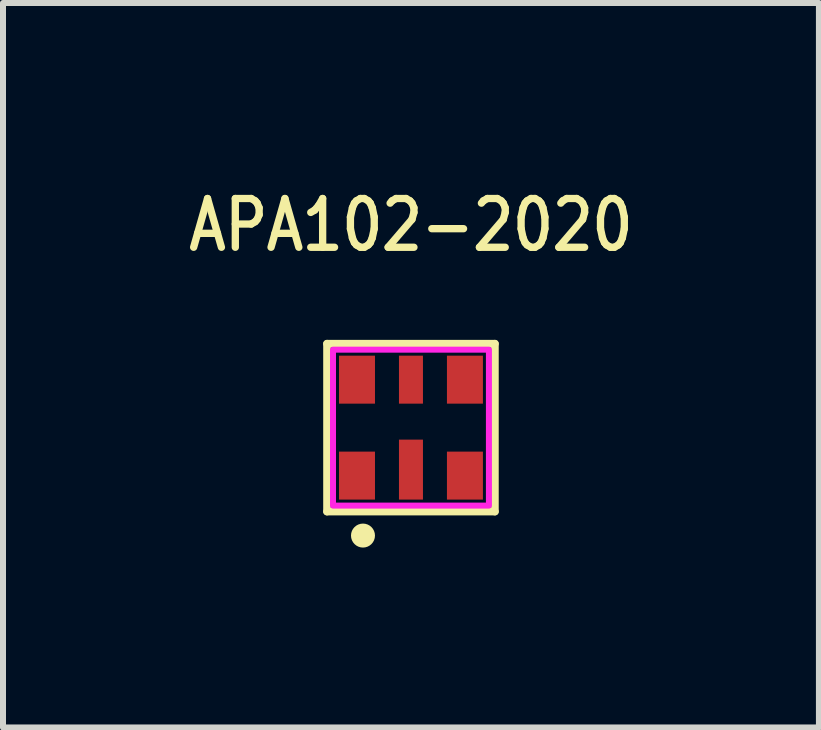
<source format=kicad_pcb>
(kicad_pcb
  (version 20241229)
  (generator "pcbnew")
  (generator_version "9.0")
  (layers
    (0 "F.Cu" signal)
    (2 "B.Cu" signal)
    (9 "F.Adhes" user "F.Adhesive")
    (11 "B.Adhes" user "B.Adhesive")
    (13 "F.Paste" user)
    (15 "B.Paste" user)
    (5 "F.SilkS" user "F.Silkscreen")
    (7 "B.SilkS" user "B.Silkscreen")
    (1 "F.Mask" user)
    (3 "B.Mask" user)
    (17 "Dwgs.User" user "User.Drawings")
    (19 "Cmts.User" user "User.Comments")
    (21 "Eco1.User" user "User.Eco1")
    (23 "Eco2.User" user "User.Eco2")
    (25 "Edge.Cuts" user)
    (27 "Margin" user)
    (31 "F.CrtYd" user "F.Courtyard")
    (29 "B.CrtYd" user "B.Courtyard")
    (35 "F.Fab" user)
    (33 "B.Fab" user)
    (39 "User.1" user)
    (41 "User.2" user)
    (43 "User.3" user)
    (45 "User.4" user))
  (footprint "APA102-2020"
    (layer "F.Cu")
    (at 3.803 4.081)
    (property "Reference" "APA102-2020" (at 0 -2.902 0) (unlocked yes) (layer "F.SilkS") (effects (font (size 0.813 0.695) (thickness 0.122)) (justify bottom)))
    (fp_line (start -1.4 -1.4) (end 1.4 -1.4) (stroke (width 0.127) (type solid)) (layer "F.SilkS"))
    (fp_line (start -1.4 1.4) (end -1.4 -1.4) (stroke (width 0.127) (type solid)) (layer "F.SilkS"))
    (fp_line (start 1.4 -1.4) (end 1.4 1.4) (stroke (width 0.127) (type solid)) (layer "F.SilkS"))
    (fp_line (start 1.4 1.4) (end -1.4 1.4) (stroke (width 0.127) (type solid)) (layer "F.SilkS"))
    (fp_circle (center -0.8 1.8) (end -0.6 1.8) (stroke (width 0) (type solid)) (fill yes) (layer "F.SilkS"))
    (fp_rect (start -0.95 -0.55) (end -0.65 -1.15) (stroke (width 0.01) (type solid)) (fill yes) (layer "F.Paste"))
    (fp_rect (start -0.95 1.15) (end -0.65 0.55) (stroke (width 0.01) (type solid)) (fill yes) (layer "F.Paste"))
    (fp_rect (start -0.15 -0.55) (end 0.15 -1.15) (stroke (width 0.01) (type solid)) (fill yes) (layer "F.Paste"))
    (fp_rect (start -0.15 1.15) (end 0.15 0.55) (stroke (width 0.01) (type solid)) (fill yes) (layer "F.Paste"))
    (fp_rect (start 0.65 -0.55) (end 0.95 -1.15) (stroke (width 0.01) (type solid)) (fill yes) (layer "F.Paste"))
    (fp_rect (start 0.65 1.15) (end 0.95 0.55) (stroke (width 0.01) (type solid)) (fill yes) (layer "F.Paste"))
    (fp_poly (pts (xy -1.3 -1.3) (xy -1.3 1.3) (xy 1.3 1.3) (xy 1.3 -1.3)) (stroke (width 0.1) (type solid)) (fill no) (layer "F.CrtYd"))
    (pad "CKI" smd rect (at 0.9 -0.8) (size 0.6 0.8) (layers "F.Cu" "F.Mask"))
    (pad "CKO" smd rect (at -0.9 -0.8) (size 0.6 0.8) (layers "F.Cu" "F.Mask"))
    (pad "GND" smd rect (at 0 0.7) (size 0.4 1) (layers "F.Cu" "F.Mask"))
    (pad "SDI" smd rect (at 0.9 0.8) (size 0.6 0.8) (layers "F.Cu" "F.Mask"))
    (pad "SDO" smd rect (at -0.9 0.8) (size 0.6 0.8) (layers "F.Cu" "F.Mask"))
    (pad "VDD" smd rect (at 0 -0.8) (size 0.4 0.8) (layers "F.Cu" "F.Mask")))
  (gr_rect
    (start -3 -3)
    (end 10.606 9.081)
    (stroke (width 0.1) (type default))
    (fill no)
    (layer "Edge.Cuts")))
</source>
